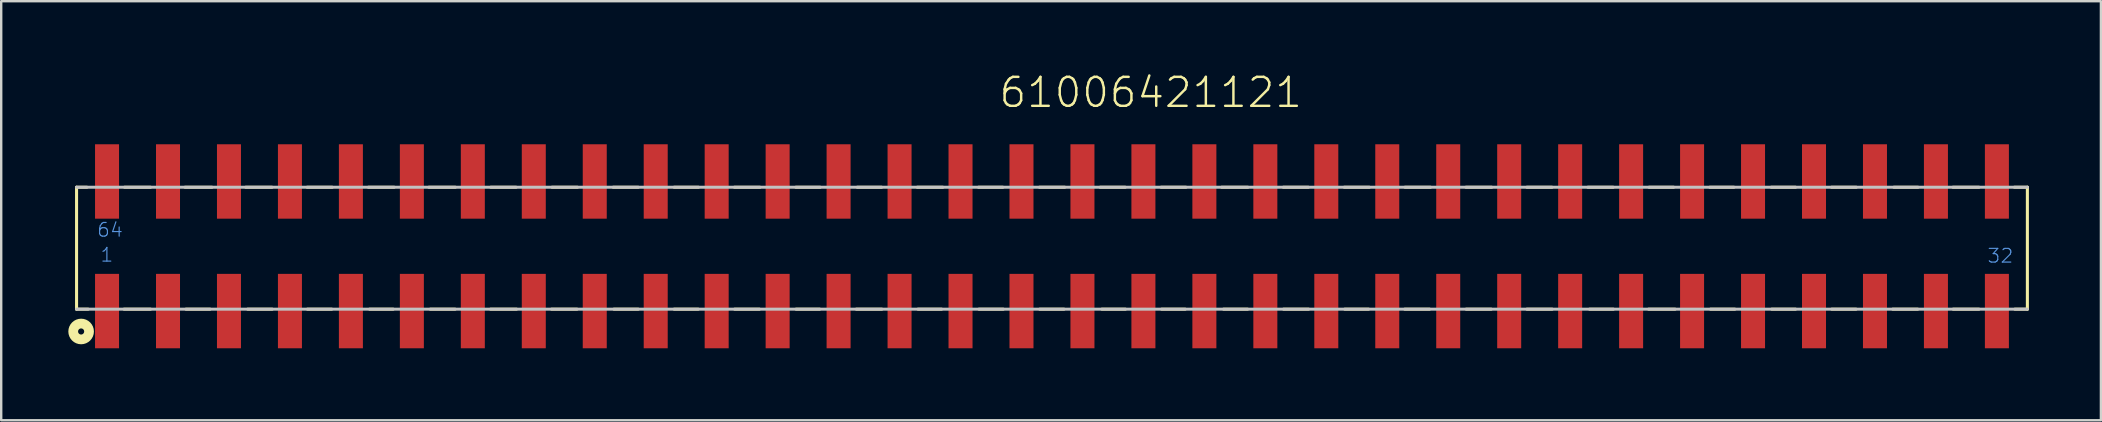
<source format=kicad_pcb>
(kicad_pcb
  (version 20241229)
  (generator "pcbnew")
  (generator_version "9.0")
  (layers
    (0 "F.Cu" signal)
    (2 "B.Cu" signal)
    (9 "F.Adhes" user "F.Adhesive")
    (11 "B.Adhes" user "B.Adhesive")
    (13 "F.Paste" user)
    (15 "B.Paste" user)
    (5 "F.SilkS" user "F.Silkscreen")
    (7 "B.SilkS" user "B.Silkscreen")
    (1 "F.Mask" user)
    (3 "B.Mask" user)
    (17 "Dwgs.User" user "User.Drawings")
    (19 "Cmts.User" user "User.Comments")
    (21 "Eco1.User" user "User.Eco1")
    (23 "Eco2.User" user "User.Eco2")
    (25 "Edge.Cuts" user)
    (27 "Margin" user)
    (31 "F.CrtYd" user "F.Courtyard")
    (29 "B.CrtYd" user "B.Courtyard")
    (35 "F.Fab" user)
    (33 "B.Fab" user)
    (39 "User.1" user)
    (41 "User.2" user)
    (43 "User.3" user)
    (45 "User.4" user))
  (footprint "61006421121"
    (layer "F.Cu")
    (at 40.78 7.211)
    (property "Reference" "61006421121" (at -2.27 -5.7 0) (layer "F.SilkS") (effects (font (size 1.206 1.206) (thickness 0.102)) (justify left bottom)))
    (attr through_hole)
    (fp_line (start -40.64 -2.46) (end -40.64 2.62) (stroke (width 0.127) (type solid)) (layer "F.SilkS"))
    (fp_line (start -40.21 -2.46) (end -40.64 -2.46) (stroke (width 0.127) (type solid)) (layer "F.SilkS"))
    (fp_line (start -40.16 2.62) (end -40.64 2.62) (stroke (width 0.127) (type solid)) (layer "F.SilkS"))
    (fp_line (start -38.66 2.62) (end -37.56 2.62) (stroke (width 0.127) (type solid)) (layer "F.SilkS"))
    (fp_line (start -38.64 -2.46) (end -37.56 -2.46) (stroke (width 0.127) (type solid)) (layer "F.SilkS"))
    (fp_line (start -36.12 -2.46) (end -35 -2.46) (stroke (width 0.127) (type solid)) (layer "F.SilkS"))
    (fp_line (start -36.08 2.62) (end -35.08 2.62) (stroke (width 0.127) (type solid)) (layer "F.SilkS"))
    (fp_line (start -33.59 -2.46) (end -32.5 -2.46) (stroke (width 0.127) (type solid)) (layer "F.SilkS"))
    (fp_line (start -33.51 2.62) (end -32.49 2.62) (stroke (width 0.127) (type solid)) (layer "F.SilkS"))
    (fp_line (start -31.03 -2.46) (end -29.99 -2.46) (stroke (width 0.127) (type solid)) (layer "F.SilkS"))
    (fp_line (start -31.02 2.62) (end -30.01 2.62) (stroke (width 0.127) (type solid)) (layer "F.SilkS"))
    (fp_line (start -28.48 -2.46) (end -27.41 -2.46) (stroke (width 0.127) (type solid)) (layer "F.SilkS"))
    (fp_line (start -28.43 2.62) (end -27.45 2.62) (stroke (width 0.127) (type solid)) (layer "F.SilkS"))
    (fp_line (start -25.96 -2.46) (end -24.86 -2.46) (stroke (width 0.127) (type solid)) (layer "F.SilkS"))
    (fp_line (start -25.9 2.62) (end -24.87 2.62) (stroke (width 0.127) (type solid)) (layer "F.SilkS"))
    (fp_line (start -23.39 2.62) (end -22.31 2.62) (stroke (width 0.127) (type solid)) (layer "F.SilkS"))
    (fp_line (start -23.38 -2.46) (end -22.33 -2.46) (stroke (width 0.127) (type solid)) (layer "F.SilkS"))
    (fp_line (start -20.85 2.62) (end -19.79 2.62) (stroke (width 0.127) (type solid)) (layer "F.SilkS"))
    (fp_line (start -20.83 -2.46) (end -19.77 -2.46) (stroke (width 0.127) (type solid)) (layer "F.SilkS"))
    (fp_line (start -18.28 -2.46) (end -17.24 -2.46) (stroke (width 0.127) (type solid)) (layer "F.SilkS"))
    (fp_line (start -18.25 2.62) (end -17.24 2.62) (stroke (width 0.127) (type solid)) (layer "F.SilkS"))
    (fp_line (start -15.74 -2.46) (end -14.73 -2.46) (stroke (width 0.127) (type solid)) (layer "F.SilkS"))
    (fp_line (start -15.74 2.62) (end -14.74 2.62) (stroke (width 0.127) (type solid)) (layer "F.SilkS"))
    (fp_line (start -13.23 -2.46) (end -12.17 -2.46) (stroke (width 0.127) (type solid)) (layer "F.SilkS"))
    (fp_line (start -13.22 2.62) (end -12.19 2.62) (stroke (width 0.127) (type solid)) (layer "F.SilkS"))
    (fp_line (start -10.67 -2.46) (end -9.66 -2.46) (stroke (width 0.127) (type solid)) (layer "F.SilkS"))
    (fp_line (start -10.66 2.62) (end -9.68 2.62) (stroke (width 0.127) (type solid)) (layer "F.SilkS"))
    (fp_line (start -8.15 2.62) (end -7.09 2.62) (stroke (width 0.127) (type solid)) (layer "F.SilkS"))
    (fp_line (start -8.11 -2.46) (end -7.1 -2.46) (stroke (width 0.127) (type solid)) (layer "F.SilkS"))
    (fp_line (start -5.61 -2.46) (end -4.55 -2.46) (stroke (width 0.127) (type solid)) (layer "F.SilkS"))
    (fp_line (start -5.58 2.62) (end -4.6 2.62) (stroke (width 0.127) (type solid)) (layer "F.SilkS"))
    (fp_line (start -3.06 -2.46) (end -2.05 -2.46) (stroke (width 0.127) (type solid)) (layer "F.SilkS"))
    (fp_line (start -3.04 2.62) (end -2.03 2.62) (stroke (width 0.127) (type solid)) (layer "F.SilkS"))
    (fp_line (start -0.52 -2.46) (end 0.53 -2.46) (stroke (width 0.127) (type solid)) (layer "F.SilkS"))
    (fp_line (start -0.51 2.62) (end 0.5 2.62) (stroke (width 0.127) (type solid)) (layer "F.SilkS"))
    (fp_line (start 2.01 -2.46) (end 3.05 -2.46) (stroke (width 0.127) (type solid)) (layer "F.SilkS"))
    (fp_line (start 2.08 2.62) (end 3.06 2.62) (stroke (width 0.127) (type solid)) (layer "F.SilkS"))
    (fp_line (start 4.55 -2.46) (end 5.58 -2.46) (stroke (width 0.127) (type solid)) (layer "F.SilkS"))
    (fp_line (start 4.57 2.62) (end 5.55 2.62) (stroke (width 0.127) (type solid)) (layer "F.SilkS"))
    (fp_line (start 7.07 -2.46) (end 8.16 -2.46) (stroke (width 0.127) (type solid)) (layer "F.SilkS"))
    (fp_line (start 7.15 2.62) (end 8.15 2.62) (stroke (width 0.127) (type solid)) (layer "F.SilkS"))
    (fp_line (start 9.64 -2.46) (end 10.68 -2.46) (stroke (width 0.127) (type solid)) (layer "F.SilkS"))
    (fp_line (start 9.65 2.62) (end 10.69 2.62) (stroke (width 0.127) (type solid)) (layer "F.SilkS"))
    (fp_line (start 12.18 -2.46) (end 13.22 -2.46) (stroke (width 0.127) (type solid)) (layer "F.SilkS"))
    (fp_line (start 12.2 2.62) (end 13.19 2.62) (stroke (width 0.127) (type solid)) (layer "F.SilkS"))
    (fp_line (start 14.7 2.62) (end 15.73 2.62) (stroke (width 0.127) (type solid)) (layer "F.SilkS"))
    (fp_line (start 14.71 -2.46) (end 15.77 -2.46) (stroke (width 0.127) (type solid)) (layer "F.SilkS"))
    (fp_line (start 17.25 -2.46) (end 18.32 -2.46) (stroke (width 0.127) (type solid)) (layer "F.SilkS"))
    (fp_line (start 17.26 2.62) (end 18.3 2.62) (stroke (width 0.127) (type solid)) (layer "F.SilkS"))
    (fp_line (start 19.79 -2.46) (end 20.83 -2.46) (stroke (width 0.127) (type solid)) (layer "F.SilkS"))
    (fp_line (start 19.79 2.62) (end 20.84 2.62) (stroke (width 0.127) (type solid)) (layer "F.SilkS"))
    (fp_line (start 22.33 -2.46) (end 23.38 -2.46) (stroke (width 0.127) (type solid)) (layer "F.SilkS"))
    (fp_line (start 22.4 2.62) (end 23.39 2.62) (stroke (width 0.127) (type solid)) (layer "F.SilkS"))
    (fp_line (start 24.86 2.62) (end 25.96 2.62) (stroke (width 0.127) (type solid)) (layer "F.SilkS"))
    (fp_line (start 24.88 -2.46) (end 25.9 -2.46) (stroke (width 0.127) (type solid)) (layer "F.SilkS"))
    (fp_line (start 27.41 -2.46) (end 28.41 -2.46) (stroke (width 0.127) (type solid)) (layer "F.SilkS"))
    (fp_line (start 27.44 2.62) (end 28.45 2.62) (stroke (width 0.127) (type solid)) (layer "F.SilkS"))
    (fp_line (start 29.97 -2.46) (end 30.98 -2.46) (stroke (width 0.127) (type solid)) (layer "F.SilkS"))
    (fp_line (start 29.99 2.62) (end 30.98 2.62) (stroke (width 0.127) (type solid)) (layer "F.SilkS"))
    (fp_line (start 32.48 -2.46) (end 33.51 -2.46) (stroke (width 0.127) (type solid)) (layer "F.SilkS"))
    (fp_line (start 32.49 2.62) (end 33.5 2.62) (stroke (width 0.127) (type solid)) (layer "F.SilkS"))
    (fp_line (start 35.03 2.62) (end 36.07 2.62) (stroke (width 0.127) (type solid)) (layer "F.SilkS"))
    (fp_line (start 35.08 -2.46) (end 36.08 -2.46) (stroke (width 0.127) (type solid)) (layer "F.SilkS"))
    (fp_line (start 37.54 -2.46) (end 38.62 -2.46) (stroke (width 0.127) (type solid)) (layer "F.SilkS"))
    (fp_line (start 37.55 2.62) (end 38.62 2.62) (stroke (width 0.127) (type solid)) (layer "F.SilkS"))
    (fp_line (start 40.1 -2.46) (end 40.64 -2.46) (stroke (width 0.127) (type solid)) (layer "F.SilkS"))
    (fp_line (start 40.12 2.62) (end 40.64 2.62) (stroke (width 0.127) (type solid)) (layer "F.SilkS"))
    (fp_line (start 40.64 -2.46) (end 40.64 2.62) (stroke (width 0.127) (type solid)) (layer "F.SilkS"))
    (fp_circle (center -40.45 3.55) (end -40.323 3.55) (stroke (width 0.406) (type solid)) (fill no) (layer "F.SilkS"))
    (fp_line (start -40.64 2.62) (end 40.64 2.62) (stroke (width 0.127) (type solid)) (layer "Dwgs.User"))
    (fp_line (start 40.64 -2.46) (end -40.64 -2.46) (stroke (width 0.127) (type solid)) (layer "Dwgs.User"))
    (fp_text user "32" (at 38.94 0.73 0) (layer "Cmts.User") (effects (font (size 0.57 0.57) (thickness 0.048)) (justify left bottom)))
    (fp_text user "64" (at -39.82 -0.35 0) (layer "Cmts.User") (effects (font (size 0.57 0.57) (thickness 0.048)) (justify left bottom)))
    (fp_text user "1" (at -39.68 0.69 0) (layer "Cmts.User") (effects (font (size 0.57 0.57) (thickness 0.048)) (justify left bottom)))
    (pad "1" smd rect (at -39.37 2.7 90) (size 3.1 1) (layers "F.Cu" "F.Mask" "F.Paste"))
    (pad "2" smd rect (at -36.83 2.7 90) (size 3.1 1) (layers "F.Cu" "F.Mask" "F.Paste"))
    (pad "3" smd rect (at -34.29 2.7 90) (size 3.1 1) (layers "F.Cu" "F.Mask" "F.Paste"))
    (pad "4" smd rect (at -31.75 2.7 90) (size 3.1 1) (layers "F.Cu" "F.Mask" "F.Paste"))
    (pad "5" smd rect (at -29.21 2.7 90) (size 3.1 1) (layers "F.Cu" "F.Mask" "F.Paste"))
    (pad "6" smd rect (at -26.67 2.7 90) (size 3.1 1) (layers "F.Cu" "F.Mask" "F.Paste"))
    (pad "7" smd rect (at -24.13 2.7 90) (size 3.1 1) (layers "F.Cu" "F.Mask" "F.Paste"))
    (pad "8" smd rect (at -21.59 2.7 90) (size 3.1 1) (layers "F.Cu" "F.Mask" "F.Paste"))
    (pad "9" smd rect (at -19.05 2.7 90) (size 3.1 1) (layers "F.Cu" "F.Mask" "F.Paste"))
    (pad "10" smd rect (at -16.51 2.7 90) (size 3.1 1) (layers "F.Cu" "F.Mask" "F.Paste"))
    (pad "11" smd rect (at -13.97 2.7 90) (size 3.1 1) (layers "F.Cu" "F.Mask" "F.Paste"))
    (pad "12" smd rect (at -11.43 2.7 90) (size 3.1 1) (layers "F.Cu" "F.Mask" "F.Paste"))
    (pad "13" smd rect (at -8.89 2.7 90) (size 3.1 1) (layers "F.Cu" "F.Mask" "F.Paste"))
    (pad "14" smd rect (at -6.35 2.7 90) (size 3.1 1) (layers "F.Cu" "F.Mask" "F.Paste"))
    (pad "15" smd rect (at -3.81 2.7 90) (size 3.1 1) (layers "F.Cu" "F.Mask" "F.Paste"))
    (pad "16" smd rect (at -1.27 2.7 90) (size 3.1 1) (layers "F.Cu" "F.Mask" "F.Paste"))
    (pad "17" smd rect (at 1.27 2.7 90) (size 3.1 1) (layers "F.Cu" "F.Mask" "F.Paste"))
    (pad "18" smd rect (at 3.81 2.7 90) (size 3.1 1) (layers "F.Cu" "F.Mask" "F.Paste"))
    (pad "19" smd rect (at 6.35 2.7 90) (size 3.1 1) (layers "F.Cu" "F.Mask" "F.Paste"))
    (pad "20" smd rect (at 8.89 2.7 90) (size 3.1 1) (layers "F.Cu" "F.Mask" "F.Paste"))
    (pad "21" smd rect (at 11.43 2.7 90) (size 3.1 1) (layers "F.Cu" "F.Mask" "F.Paste"))
    (pad "22" smd rect (at 13.97 2.7 90) (size 3.1 1) (layers "F.Cu" "F.Mask" "F.Paste"))
    (pad "23" smd rect (at 16.51 2.7 90) (size 3.1 1) (layers "F.Cu" "F.Mask" "F.Paste"))
    (pad "24" smd rect (at 19.05 2.7 90) (size 3.1 1) (layers "F.Cu" "F.Mask" "F.Paste"))
    (pad "25" smd rect (at 21.59 2.7 90) (size 3.1 1) (layers "F.Cu" "F.Mask" "F.Paste"))
    (pad "26" smd rect (at 24.13 2.7 90) (size 3.1 1) (layers "F.Cu" "F.Mask" "F.Paste"))
    (pad "27" smd rect (at 26.67 2.7 90) (size 3.1 1) (layers "F.Cu" "F.Mask" "F.Paste"))
    (pad "28" smd rect (at 29.21 2.7 90) (size 3.1 1) (layers "F.Cu" "F.Mask" "F.Paste"))
    (pad "29" smd rect (at 31.75 2.7 90) (size 3.1 1) (layers "F.Cu" "F.Mask" "F.Paste"))
    (pad "30" smd rect (at 34.29 2.7 90) (size 3.1 1) (layers "F.Cu" "F.Mask" "F.Paste"))
    (pad "31" smd rect (at 36.83 2.7 90) (size 3.1 1) (layers "F.Cu" "F.Mask" "F.Paste"))
    (pad "32" smd rect (at 39.37 2.7 90) (size 3.1 1) (layers "F.Cu" "F.Mask" "F.Paste"))
    (pad "33" smd rect (at 39.37 -2.7 90) (size 3.1 1) (layers "F.Cu" "F.Mask" "F.Paste"))
    (pad "34" smd rect (at 36.83 -2.7 90) (size 3.1 1) (layers "F.Cu" "F.Mask" "F.Paste"))
    (pad "35" smd rect (at 34.29 -2.7 90) (size 3.1 1) (layers "F.Cu" "F.Mask" "F.Paste"))
    (pad "36" smd rect (at 31.75 -2.7 90) (size 3.1 1) (layers "F.Cu" "F.Mask" "F.Paste"))
    (pad "37" smd rect (at 29.21 -2.7 90) (size 3.1 1) (layers "F.Cu" "F.Mask" "F.Paste"))
    (pad "38" smd rect (at 26.67 -2.7 90) (size 3.1 1) (layers "F.Cu" "F.Mask" "F.Paste"))
    (pad "39" smd rect (at 24.13 -2.7 90) (size 3.1 1) (layers "F.Cu" "F.Mask" "F.Paste"))
    (pad "40" smd rect (at 21.59 -2.7 90) (size 3.1 1) (layers "F.Cu" "F.Mask" "F.Paste"))
    (pad "41" smd rect (at 19.05 -2.7 90) (size 3.1 1) (layers "F.Cu" "F.Mask" "F.Paste"))
    (pad "42" smd rect (at 16.51 -2.7 90) (size 3.1 1) (layers "F.Cu" "F.Mask" "F.Paste"))
    (pad "43" smd rect (at 13.97 -2.7 90) (size 3.1 1) (layers "F.Cu" "F.Mask" "F.Paste"))
    (pad "44" smd rect (at 11.43 -2.7 90) (size 3.1 1) (layers "F.Cu" "F.Mask" "F.Paste"))
    (pad "45" smd rect (at 8.89 -2.7 90) (size 3.1 1) (layers "F.Cu" "F.Mask" "F.Paste"))
    (pad "46" smd rect (at 6.35 -2.7 90) (size 3.1 1) (layers "F.Cu" "F.Mask" "F.Paste"))
    (pad "47" smd rect (at 3.81 -2.7 90) (size 3.1 1) (layers "F.Cu" "F.Mask" "F.Paste"))
    (pad "48" smd rect (at 1.27 -2.7 90) (size 3.1 1) (layers "F.Cu" "F.Mask" "F.Paste"))
    (pad "49" smd rect (at -1.27 -2.7 90) (size 3.1 1) (layers "F.Cu" "F.Mask" "F.Paste"))
    (pad "50" smd rect (at -3.81 -2.7 90) (size 3.1 1) (layers "F.Cu" "F.Mask" "F.Paste"))
    (pad "51" smd rect (at -6.35 -2.7 90) (size 3.1 1) (layers "F.Cu" "F.Mask" "F.Paste"))
    (pad "52" smd rect (at -8.89 -2.7 90) (size 3.1 1) (layers "F.Cu" "F.Mask" "F.Paste"))
    (pad "53" smd rect (at -11.43 -2.7 90) (size 3.1 1) (layers "F.Cu" "F.Mask" "F.Paste"))
    (pad "54" smd rect (at -13.97 -2.7 90) (size 3.1 1) (layers "F.Cu" "F.Mask" "F.Paste"))
    (pad "55" smd rect (at -16.51 -2.7 90) (size 3.1 1) (layers "F.Cu" "F.Mask" "F.Paste"))
    (pad "56" smd rect (at -19.05 -2.7 90) (size 3.1 1) (layers "F.Cu" "F.Mask" "F.Paste"))
    (pad "57" smd rect (at -21.59 -2.7 90) (size 3.1 1) (layers "F.Cu" "F.Mask" "F.Paste"))
    (pad "58" smd rect (at -24.13 -2.7 90) (size 3.1 1) (layers "F.Cu" "F.Mask" "F.Paste"))
    (pad "59" smd rect (at -26.67 -2.7 90) (size 3.1 1) (layers "F.Cu" "F.Mask" "F.Paste"))
    (pad "60" smd rect (at -29.21 -2.7 90) (size 3.1 1) (layers "F.Cu" "F.Mask" "F.Paste"))
    (pad "61" smd rect (at -31.75 -2.7 90) (size 3.1 1) (layers "F.Cu" "F.Mask" "F.Paste"))
    (pad "62" smd rect (at -34.29 -2.7 90) (size 3.1 1) (layers "F.Cu" "F.Mask" "F.Paste"))
    (pad "63" smd rect (at -36.83 -2.7 90) (size 3.1 1) (layers "F.Cu" "F.Mask" "F.Paste"))
    (pad "64" smd rect (at -39.37 -2.7 90) (size 3.1 1) (layers "F.Cu" "F.Mask" "F.Paste")))
  (gr_rect
    (start -3 -3)
    (end 84.484 14.461)
    (stroke (width 0.1) (type default))
    (fill no)
    (layer "Edge.Cuts")))
</source>
